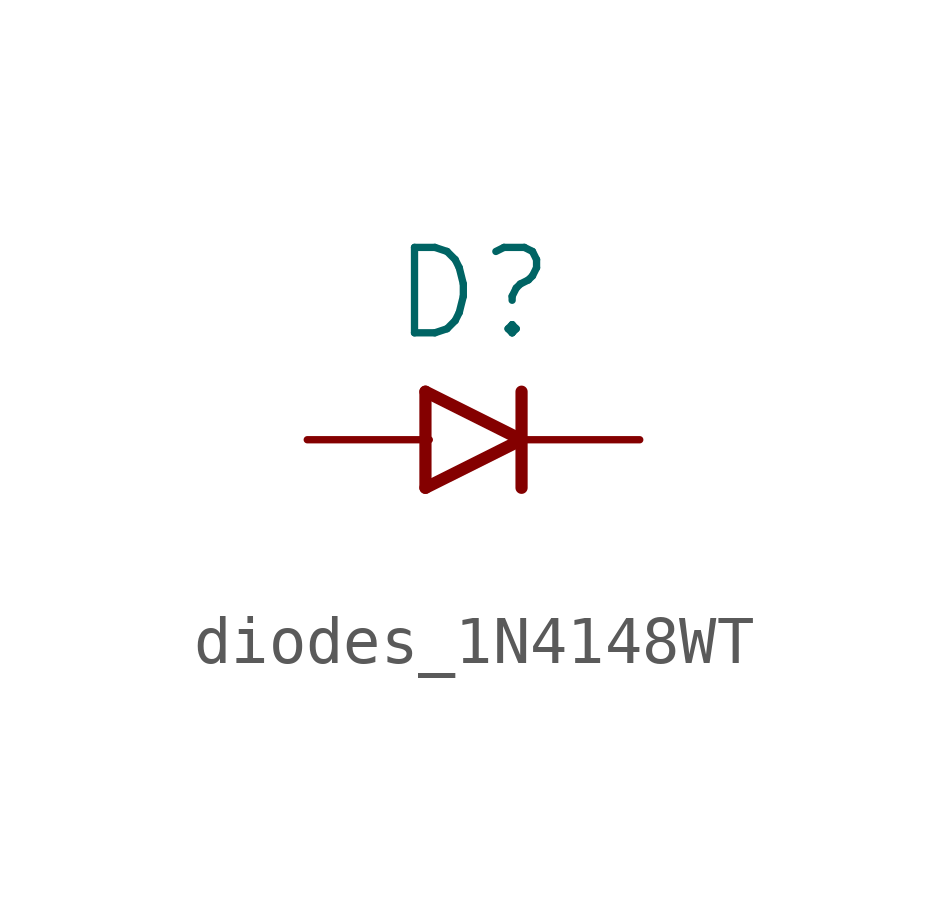
<source format=kicad_sym>
(kicad_symbol_lib
  (version 20241209)
  (generator "kicad_symbol_editor")
  (generator_version "9.0")
  (symbol "diodes_1N4148WT"
    (property "Reference" "D"
      (at 0 2 0)
      (effects (font (size 1.778 1.778)) (justify bottom)))
    (property "Value" ""
      (at 0 -2 0)
      (effects (font (size 1.778 1.778)) (justify top)))
    (property "ki_locked" ""
      (at 0 0 0)
      (effects (font (size 1.27 1.27))))
    (symbol "diodes_1N4148WT_1_0"
      (polyline (pts (xy -1 1) (xy -1 -1)) (stroke (width 0.254) (type solid)) (fill (type none)))
      (polyline (pts (xy -1 -1) (xy 1 0)) (stroke (width 0.254) (type solid)) (fill (type none)))
      (polyline (pts (xy 1 1) (xy 1 0)) (stroke (width 0.254) (type solid)) (fill (type none)))
      (polyline (pts (xy 1 0) (xy -1 1)) (stroke (width 0.254) (type solid)) (fill (type none)))
      (polyline (pts (xy 1 0) (xy 1 -1)) (stroke (width 0.254) (type solid)) (fill (type none)))
      (pin bidirectional line (at -3.46 0 0) (length 2.54) (name "A" (effects (font (size 0 0)))) (number "A" (effects (font (size 0 0)))))
      (pin bidirectional line (at 3.46 0 180) (length 2.54) (name "C" (effects (font (size 0 0)))) (number "C" (effects (font (size 0 0))))))))
</source>
